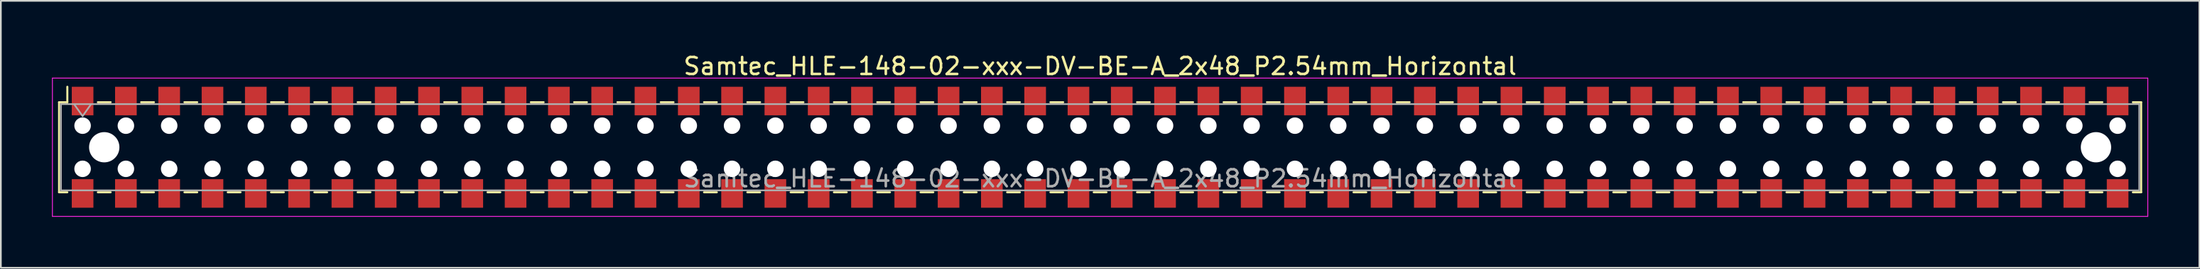
<source format=kicad_pcb>
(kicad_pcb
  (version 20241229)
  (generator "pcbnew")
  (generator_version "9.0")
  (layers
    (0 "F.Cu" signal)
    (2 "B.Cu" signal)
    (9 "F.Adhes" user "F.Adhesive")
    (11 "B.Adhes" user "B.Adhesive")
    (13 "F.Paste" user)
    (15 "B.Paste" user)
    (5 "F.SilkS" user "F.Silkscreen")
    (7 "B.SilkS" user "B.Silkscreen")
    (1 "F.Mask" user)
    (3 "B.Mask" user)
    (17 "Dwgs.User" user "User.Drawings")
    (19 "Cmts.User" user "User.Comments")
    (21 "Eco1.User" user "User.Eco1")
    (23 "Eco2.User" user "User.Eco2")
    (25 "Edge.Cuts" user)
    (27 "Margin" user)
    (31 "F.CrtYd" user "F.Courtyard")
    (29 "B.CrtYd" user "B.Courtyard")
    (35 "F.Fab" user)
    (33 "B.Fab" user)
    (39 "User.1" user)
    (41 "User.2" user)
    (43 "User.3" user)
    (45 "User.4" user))
  (footprint "Samtec_HLE-148-02-xxx-DV-BE-A_2x48_P2.54mm_Horizontal"
    (layer "F.Cu")
    (at 61.485 5.618)
    (property "Reference" "Samtec_HLE-148-02-xxx-DV-BE-A_2x48_P2.54mm_Horizontal" (at 0 -4.77 0) (layer "F.SilkS") (effects (font (size 1 1) (thickness 0.15))))
    (attr smd)
    (fp_line (start -61.07 -2.65) (end -61.07 2.65) (stroke (width 0.12) (type solid)) (layer "F.SilkS"))
    (fp_line (start -61.07 2.65) (end -60.585 2.65) (stroke (width 0.12) (type solid)) (layer "F.SilkS"))
    (fp_line (start -60.585 -3.56) (end -60.585 -2.65) (stroke (width 0.12) (type solid)) (layer "F.SilkS"))
    (fp_line (start -60.585 -2.65) (end -61.07 -2.65) (stroke (width 0.12) (type solid)) (layer "F.SilkS"))
    (fp_line (start -58.795 -2.65) (end -58.045 -2.65) (stroke (width 0.12) (type solid)) (layer "F.SilkS"))
    (fp_line (start -58.795 2.65) (end -58.045 2.65) (stroke (width 0.12) (type solid)) (layer "F.SilkS"))
    (fp_line (start -56.255 -2.65) (end -55.505 -2.65) (stroke (width 0.12) (type solid)) (layer "F.SilkS"))
    (fp_line (start -56.255 2.65) (end -55.505 2.65) (stroke (width 0.12) (type solid)) (layer "F.SilkS"))
    (fp_line (start -53.715 -2.65) (end -52.965 -2.65) (stroke (width 0.12) (type solid)) (layer "F.SilkS"))
    (fp_line (start -53.715 2.65) (end -52.965 2.65) (stroke (width 0.12) (type solid)) (layer "F.SilkS"))
    (fp_line (start -51.175 -2.65) (end -50.425 -2.65) (stroke (width 0.12) (type solid)) (layer "F.SilkS"))
    (fp_line (start -51.175 2.65) (end -50.425 2.65) (stroke (width 0.12) (type solid)) (layer "F.SilkS"))
    (fp_line (start -48.635 -2.65) (end -47.885 -2.65) (stroke (width 0.12) (type solid)) (layer "F.SilkS"))
    (fp_line (start -48.635 2.65) (end -47.885 2.65) (stroke (width 0.12) (type solid)) (layer "F.SilkS"))
    (fp_line (start -46.095 -2.65) (end -45.345 -2.65) (stroke (width 0.12) (type solid)) (layer "F.SilkS"))
    (fp_line (start -46.095 2.65) (end -45.345 2.65) (stroke (width 0.12) (type solid)) (layer "F.SilkS"))
    (fp_line (start -43.555 -2.65) (end -42.805 -2.65) (stroke (width 0.12) (type solid)) (layer "F.SilkS"))
    (fp_line (start -43.555 2.65) (end -42.805 2.65) (stroke (width 0.12) (type solid)) (layer "F.SilkS"))
    (fp_line (start -41.015 -2.65) (end -40.265 -2.65) (stroke (width 0.12) (type solid)) (layer "F.SilkS"))
    (fp_line (start -41.015 2.65) (end -40.265 2.65) (stroke (width 0.12) (type solid)) (layer "F.SilkS"))
    (fp_line (start -38.475 -2.65) (end -37.725 -2.65) (stroke (width 0.12) (type solid)) (layer "F.SilkS"))
    (fp_line (start -38.475 2.65) (end -37.725 2.65) (stroke (width 0.12) (type solid)) (layer "F.SilkS"))
    (fp_line (start -35.935 -2.65) (end -35.185 -2.65) (stroke (width 0.12) (type solid)) (layer "F.SilkS"))
    (fp_line (start -35.935 2.65) (end -35.185 2.65) (stroke (width 0.12) (type solid)) (layer "F.SilkS"))
    (fp_line (start -33.395 -2.65) (end -32.645 -2.65) (stroke (width 0.12) (type solid)) (layer "F.SilkS"))
    (fp_line (start -33.395 2.65) (end -32.645 2.65) (stroke (width 0.12) (type solid)) (layer "F.SilkS"))
    (fp_line (start -30.855 -2.65) (end -30.105 -2.65) (stroke (width 0.12) (type solid)) (layer "F.SilkS"))
    (fp_line (start -30.855 2.65) (end -30.105 2.65) (stroke (width 0.12) (type solid)) (layer "F.SilkS"))
    (fp_line (start -28.315 -2.65) (end -27.565 -2.65) (stroke (width 0.12) (type solid)) (layer "F.SilkS"))
    (fp_line (start -28.315 2.65) (end -27.565 2.65) (stroke (width 0.12) (type solid)) (layer "F.SilkS"))
    (fp_line (start -25.775 -2.65) (end -25.025 -2.65) (stroke (width 0.12) (type solid)) (layer "F.SilkS"))
    (fp_line (start -25.775 2.65) (end -25.025 2.65) (stroke (width 0.12) (type solid)) (layer "F.SilkS"))
    (fp_line (start -23.235 -2.65) (end -22.485 -2.65) (stroke (width 0.12) (type solid)) (layer "F.SilkS"))
    (fp_line (start -23.235 2.65) (end -22.485 2.65) (stroke (width 0.12) (type solid)) (layer "F.SilkS"))
    (fp_line (start -20.695 -2.65) (end -19.945 -2.65) (stroke (width 0.12) (type solid)) (layer "F.SilkS"))
    (fp_line (start -20.695 2.65) (end -19.945 2.65) (stroke (width 0.12) (type solid)) (layer "F.SilkS"))
    (fp_line (start -18.155 -2.65) (end -17.405 -2.65) (stroke (width 0.12) (type solid)) (layer "F.SilkS"))
    (fp_line (start -18.155 2.65) (end -17.405 2.65) (stroke (width 0.12) (type solid)) (layer "F.SilkS"))
    (fp_line (start -15.615 -2.65) (end -14.865 -2.65) (stroke (width 0.12) (type solid)) (layer "F.SilkS"))
    (fp_line (start -15.615 2.65) (end -14.865 2.65) (stroke (width 0.12) (type solid)) (layer "F.SilkS"))
    (fp_line (start -13.075 -2.65) (end -12.325 -2.65) (stroke (width 0.12) (type solid)) (layer "F.SilkS"))
    (fp_line (start -13.075 2.65) (end -12.325 2.65) (stroke (width 0.12) (type solid)) (layer "F.SilkS"))
    (fp_line (start -10.535 -2.65) (end -9.785 -2.65) (stroke (width 0.12) (type solid)) (layer "F.SilkS"))
    (fp_line (start -10.535 2.65) (end -9.785 2.65) (stroke (width 0.12) (type solid)) (layer "F.SilkS"))
    (fp_line (start -7.995 -2.65) (end -7.245 -2.65) (stroke (width 0.12) (type solid)) (layer "F.SilkS"))
    (fp_line (start -7.995 2.65) (end -7.245 2.65) (stroke (width 0.12) (type solid)) (layer "F.SilkS"))
    (fp_line (start -5.455 -2.65) (end -4.705 -2.65) (stroke (width 0.12) (type solid)) (layer "F.SilkS"))
    (fp_line (start -5.455 2.65) (end -4.705 2.65) (stroke (width 0.12) (type solid)) (layer "F.SilkS"))
    (fp_line (start -2.915 -2.65) (end -2.165 -2.65) (stroke (width 0.12) (type solid)) (layer "F.SilkS"))
    (fp_line (start -2.915 2.65) (end -2.165 2.65) (stroke (width 0.12) (type solid)) (layer "F.SilkS"))
    (fp_line (start -0.375 -2.65) (end 0.375 -2.65) (stroke (width 0.12) (type solid)) (layer "F.SilkS"))
    (fp_line (start -0.375 2.65) (end 0.375 2.65) (stroke (width 0.12) (type solid)) (layer "F.SilkS"))
    (fp_line (start 2.165 -2.65) (end 2.915 -2.65) (stroke (width 0.12) (type solid)) (layer "F.SilkS"))
    (fp_line (start 2.165 2.65) (end 2.915 2.65) (stroke (width 0.12) (type solid)) (layer "F.SilkS"))
    (fp_line (start 4.705 -2.65) (end 5.455 -2.65) (stroke (width 0.12) (type solid)) (layer "F.SilkS"))
    (fp_line (start 4.705 2.65) (end 5.455 2.65) (stroke (width 0.12) (type solid)) (layer "F.SilkS"))
    (fp_line (start 7.245 -2.65) (end 7.995 -2.65) (stroke (width 0.12) (type solid)) (layer "F.SilkS"))
    (fp_line (start 7.245 2.65) (end 7.995 2.65) (stroke (width 0.12) (type solid)) (layer "F.SilkS"))
    (fp_line (start 9.785 -2.65) (end 10.535 -2.65) (stroke (width 0.12) (type solid)) (layer "F.SilkS"))
    (fp_line (start 9.785 2.65) (end 10.535 2.65) (stroke (width 0.12) (type solid)) (layer "F.SilkS"))
    (fp_line (start 12.325 -2.65) (end 13.075 -2.65) (stroke (width 0.12) (type solid)) (layer "F.SilkS"))
    (fp_line (start 12.325 2.65) (end 13.075 2.65) (stroke (width 0.12) (type solid)) (layer "F.SilkS"))
    (fp_line (start 14.865 -2.65) (end 15.615 -2.65) (stroke (width 0.12) (type solid)) (layer "F.SilkS"))
    (fp_line (start 14.865 2.65) (end 15.615 2.65) (stroke (width 0.12) (type solid)) (layer "F.SilkS"))
    (fp_line (start 17.405 -2.65) (end 18.155 -2.65) (stroke (width 0.12) (type solid)) (layer "F.SilkS"))
    (fp_line (start 17.405 2.65) (end 18.155 2.65) (stroke (width 0.12) (type solid)) (layer "F.SilkS"))
    (fp_line (start 19.945 -2.65) (end 20.695 -2.65) (stroke (width 0.12) (type solid)) (layer "F.SilkS"))
    (fp_line (start 19.945 2.65) (end 20.695 2.65) (stroke (width 0.12) (type solid)) (layer "F.SilkS"))
    (fp_line (start 22.485 -2.65) (end 23.235 -2.65) (stroke (width 0.12) (type solid)) (layer "F.SilkS"))
    (fp_line (start 22.485 2.65) (end 23.235 2.65) (stroke (width 0.12) (type solid)) (layer "F.SilkS"))
    (fp_line (start 25.025 -2.65) (end 25.775 -2.65) (stroke (width 0.12) (type solid)) (layer "F.SilkS"))
    (fp_line (start 25.025 2.65) (end 25.775 2.65) (stroke (width 0.12) (type solid)) (layer "F.SilkS"))
    (fp_line (start 27.565 -2.65) (end 28.315 -2.65) (stroke (width 0.12) (type solid)) (layer "F.SilkS"))
    (fp_line (start 27.565 2.65) (end 28.315 2.65) (stroke (width 0.12) (type solid)) (layer "F.SilkS"))
    (fp_line (start 30.105 -2.65) (end 30.855 -2.65) (stroke (width 0.12) (type solid)) (layer "F.SilkS"))
    (fp_line (start 30.105 2.65) (end 30.855 2.65) (stroke (width 0.12) (type solid)) (layer "F.SilkS"))
    (fp_line (start 32.645 -2.65) (end 33.395 -2.65) (stroke (width 0.12) (type solid)) (layer "F.SilkS"))
    (fp_line (start 32.645 2.65) (end 33.395 2.65) (stroke (width 0.12) (type solid)) (layer "F.SilkS"))
    (fp_line (start 35.185 -2.65) (end 35.935 -2.65) (stroke (width 0.12) (type solid)) (layer "F.SilkS"))
    (fp_line (start 35.185 2.65) (end 35.935 2.65) (stroke (width 0.12) (type solid)) (layer "F.SilkS"))
    (fp_line (start 37.725 -2.65) (end 38.475 -2.65) (stroke (width 0.12) (type solid)) (layer "F.SilkS"))
    (fp_line (start 37.725 2.65) (end 38.475 2.65) (stroke (width 0.12) (type solid)) (layer "F.SilkS"))
    (fp_line (start 40.265 -2.65) (end 41.015 -2.65) (stroke (width 0.12) (type solid)) (layer "F.SilkS"))
    (fp_line (start 40.265 2.65) (end 41.015 2.65) (stroke (width 0.12) (type solid)) (layer "F.SilkS"))
    (fp_line (start 42.805 -2.65) (end 43.555 -2.65) (stroke (width 0.12) (type solid)) (layer "F.SilkS"))
    (fp_line (start 42.805 2.65) (end 43.555 2.65) (stroke (width 0.12) (type solid)) (layer "F.SilkS"))
    (fp_line (start 45.345 -2.65) (end 46.095 -2.65) (stroke (width 0.12) (type solid)) (layer "F.SilkS"))
    (fp_line (start 45.345 2.65) (end 46.095 2.65) (stroke (width 0.12) (type solid)) (layer "F.SilkS"))
    (fp_line (start 47.885 -2.65) (end 48.635 -2.65) (stroke (width 0.12) (type solid)) (layer "F.SilkS"))
    (fp_line (start 47.885 2.65) (end 48.635 2.65) (stroke (width 0.12) (type solid)) (layer "F.SilkS"))
    (fp_line (start 50.425 -2.65) (end 51.175 -2.65) (stroke (width 0.12) (type solid)) (layer "F.SilkS"))
    (fp_line (start 50.425 2.65) (end 51.175 2.65) (stroke (width 0.12) (type solid)) (layer "F.SilkS"))
    (fp_line (start 52.965 -2.65) (end 53.715 -2.65) (stroke (width 0.12) (type solid)) (layer "F.SilkS"))
    (fp_line (start 52.965 2.65) (end 53.715 2.65) (stroke (width 0.12) (type solid)) (layer "F.SilkS"))
    (fp_line (start 55.505 -2.65) (end 56.255 -2.65) (stroke (width 0.12) (type solid)) (layer "F.SilkS"))
    (fp_line (start 55.505 2.65) (end 56.255 2.65) (stroke (width 0.12) (type solid)) (layer "F.SilkS"))
    (fp_line (start 58.045 -2.65) (end 58.795 -2.65) (stroke (width 0.12) (type solid)) (layer "F.SilkS"))
    (fp_line (start 58.045 2.65) (end 58.795 2.65) (stroke (width 0.12) (type solid)) (layer "F.SilkS"))
    (fp_line (start 60.585 -2.65) (end 61.07 -2.65) (stroke (width 0.12) (type solid)) (layer "F.SilkS"))
    (fp_line (start 61.07 -2.65) (end 61.07 2.65) (stroke (width 0.12) (type solid)) (layer "F.SilkS"))
    (fp_line (start 61.07 2.65) (end 60.585 2.65) (stroke (width 0.12) (type solid)) (layer "F.SilkS"))
    (fp_line (start -61.46 -4.07) (end 61.46 -4.07) (stroke (width 0.05) (type solid)) (layer "F.CrtYd"))
    (fp_line (start -61.46 4.07) (end -61.46 -4.07) (stroke (width 0.05) (type solid)) (layer "F.CrtYd"))
    (fp_line (start 61.46 -4.07) (end 61.46 4.07) (stroke (width 0.05) (type solid)) (layer "F.CrtYd"))
    (fp_line (start 61.46 4.07) (end -61.46 4.07) (stroke (width 0.05) (type solid)) (layer "F.CrtYd"))
    (fp_line (start -60.96 -2.54) (end 60.96 -2.54) (stroke (width 0.1) (type solid)) (layer "F.Fab"))
    (fp_line (start -60.96 2.54) (end -60.96 -2.54) (stroke (width 0.1) (type solid)) (layer "F.Fab"))
    (fp_line (start -60.19 -2.54) (end -59.69 -1.833) (stroke (width 0.1) (type solid)) (layer "F.Fab"))
    (fp_line (start -59.69 -1.833) (end -59.19 -2.54) (stroke (width 0.1) (type solid)) (layer "F.Fab"))
    (fp_line (start 60.96 -2.54) (end 60.96 2.54) (stroke (width 0.1) (type solid)) (layer "F.Fab"))
    (fp_line (start 60.96 2.54) (end -60.96 2.54) (stroke (width 0.1) (type solid)) (layer "F.Fab"))
    (fp_text user "${REFERENCE}" (at 0 1.84 0) (layer "F.Fab") (effects (font (size 1 1) (thickness 0.15))))
    (pad "" np_thru_hole circle (at -59.69 -1.27) (size 0.97 0.97) (drill 0.97) (layers "*.Cu" "*.Mask"))
    (pad "" np_thru_hole circle (at -59.69 1.27) (size 0.97 0.97) (drill 0.97) (layers "*.Cu" "*.Mask"))
    (pad "" np_thru_hole circle (at -58.42 0) (size 1.78 1.78) (drill 1.78) (layers "*.Cu" "*.Mask"))
    (pad "" np_thru_hole circle (at -57.15 -1.27) (size 0.97 0.97) (drill 0.97) (layers "*.Cu" "*.Mask"))
    (pad "" np_thru_hole circle (at -57.15 1.27) (size 0.97 0.97) (drill 0.97) (layers "*.Cu" "*.Mask"))
    (pad "" np_thru_hole circle (at -54.61 -1.27) (size 0.97 0.97) (drill 0.97) (layers "*.Cu" "*.Mask"))
    (pad "" np_thru_hole circle (at -54.61 1.27) (size 0.97 0.97) (drill 0.97) (layers "*.Cu" "*.Mask"))
    (pad "" np_thru_hole circle (at -52.07 -1.27) (size 0.97 0.97) (drill 0.97) (layers "*.Cu" "*.Mask"))
    (pad "" np_thru_hole circle (at -52.07 1.27) (size 0.97 0.97) (drill 0.97) (layers "*.Cu" "*.Mask"))
    (pad "" np_thru_hole circle (at -49.53 -1.27) (size 0.97 0.97) (drill 0.97) (layers "*.Cu" "*.Mask"))
    (pad "" np_thru_hole circle (at -49.53 1.27) (size 0.97 0.97) (drill 0.97) (layers "*.Cu" "*.Mask"))
    (pad "" np_thru_hole circle (at -46.99 -1.27) (size 0.97 0.97) (drill 0.97) (layers "*.Cu" "*.Mask"))
    (pad "" np_thru_hole circle (at -46.99 1.27) (size 0.97 0.97) (drill 0.97) (layers "*.Cu" "*.Mask"))
    (pad "" np_thru_hole circle (at -44.45 -1.27) (size 0.97 0.97) (drill 0.97) (layers "*.Cu" "*.Mask"))
    (pad "" np_thru_hole circle (at -44.45 1.27) (size 0.97 0.97) (drill 0.97) (layers "*.Cu" "*.Mask"))
    (pad "" np_thru_hole circle (at -41.91 -1.27) (size 0.97 0.97) (drill 0.97) (layers "*.Cu" "*.Mask"))
    (pad "" np_thru_hole circle (at -41.91 1.27) (size 0.97 0.97) (drill 0.97) (layers "*.Cu" "*.Mask"))
    (pad "" np_thru_hole circle (at -39.37 -1.27) (size 0.97 0.97) (drill 0.97) (layers "*.Cu" "*.Mask"))
    (pad "" np_thru_hole circle (at -39.37 1.27) (size 0.97 0.97) (drill 0.97) (layers "*.Cu" "*.Mask"))
    (pad "" np_thru_hole circle (at -36.83 -1.27) (size 0.97 0.97) (drill 0.97) (layers "*.Cu" "*.Mask"))
    (pad "" np_thru_hole circle (at -36.83 1.27) (size 0.97 0.97) (drill 0.97) (layers "*.Cu" "*.Mask"))
    (pad "" np_thru_hole circle (at -34.29 -1.27) (size 0.97 0.97) (drill 0.97) (layers "*.Cu" "*.Mask"))
    (pad "" np_thru_hole circle (at -34.29 1.27) (size 0.97 0.97) (drill 0.97) (layers "*.Cu" "*.Mask"))
    (pad "" np_thru_hole circle (at -31.75 -1.27) (size 0.97 0.97) (drill 0.97) (layers "*.Cu" "*.Mask"))
    (pad "" np_thru_hole circle (at -31.75 1.27) (size 0.97 0.97) (drill 0.97) (layers "*.Cu" "*.Mask"))
    (pad "" np_thru_hole circle (at -29.21 -1.27) (size 0.97 0.97) (drill 0.97) (layers "*.Cu" "*.Mask"))
    (pad "" np_thru_hole circle (at -29.21 1.27) (size 0.97 0.97) (drill 0.97) (layers "*.Cu" "*.Mask"))
    (pad "" np_thru_hole circle (at -26.67 -1.27) (size 0.97 0.97) (drill 0.97) (layers "*.Cu" "*.Mask"))
    (pad "" np_thru_hole circle (at -26.67 1.27) (size 0.97 0.97) (drill 0.97) (layers "*.Cu" "*.Mask"))
    (pad "" np_thru_hole circle (at -24.13 -1.27) (size 0.97 0.97) (drill 0.97) (layers "*.Cu" "*.Mask"))
    (pad "" np_thru_hole circle (at -24.13 1.27) (size 0.97 0.97) (drill 0.97) (layers "*.Cu" "*.Mask"))
    (pad "" np_thru_hole circle (at -21.59 -1.27) (size 0.97 0.97) (drill 0.97) (layers "*.Cu" "*.Mask"))
    (pad "" np_thru_hole circle (at -21.59 1.27) (size 0.97 0.97) (drill 0.97) (layers "*.Cu" "*.Mask"))
    (pad "" np_thru_hole circle (at -19.05 -1.27) (size 0.97 0.97) (drill 0.97) (layers "*.Cu" "*.Mask"))
    (pad "" np_thru_hole circle (at -19.05 1.27) (size 0.97 0.97) (drill 0.97) (layers "*.Cu" "*.Mask"))
    (pad "" np_thru_hole circle (at -16.51 -1.27) (size 0.97 0.97) (drill 0.97) (layers "*.Cu" "*.Mask"))
    (pad "" np_thru_hole circle (at -16.51 1.27) (size 0.97 0.97) (drill 0.97) (layers "*.Cu" "*.Mask"))
    (pad "" np_thru_hole circle (at -13.97 -1.27) (size 0.97 0.97) (drill 0.97) (layers "*.Cu" "*.Mask"))
    (pad "" np_thru_hole circle (at -13.97 1.27) (size 0.97 0.97) (drill 0.97) (layers "*.Cu" "*.Mask"))
    (pad "" np_thru_hole circle (at -11.43 -1.27) (size 0.97 0.97) (drill 0.97) (layers "*.Cu" "*.Mask"))
    (pad "" np_thru_hole circle (at -11.43 1.27) (size 0.97 0.97) (drill 0.97) (layers "*.Cu" "*.Mask"))
    (pad "" np_thru_hole circle (at -8.89 -1.27) (size 0.97 0.97) (drill 0.97) (layers "*.Cu" "*.Mask"))
    (pad "" np_thru_hole circle (at -8.89 1.27) (size 0.97 0.97) (drill 0.97) (layers "*.Cu" "*.Mask"))
    (pad "" np_thru_hole circle (at -6.35 -1.27) (size 0.97 0.97) (drill 0.97) (layers "*.Cu" "*.Mask"))
    (pad "" np_thru_hole circle (at -6.35 1.27) (size 0.97 0.97) (drill 0.97) (layers "*.Cu" "*.Mask"))
    (pad "" np_thru_hole circle (at -3.81 -1.27) (size 0.97 0.97) (drill 0.97) (layers "*.Cu" "*.Mask"))
    (pad "" np_thru_hole circle (at -3.81 1.27) (size 0.97 0.97) (drill 0.97) (layers "*.Cu" "*.Mask"))
    (pad "" np_thru_hole circle (at -1.27 -1.27) (size 0.97 0.97) (drill 0.97) (layers "*.Cu" "*.Mask"))
    (pad "" np_thru_hole circle (at -1.27 1.27) (size 0.97 0.97) (drill 0.97) (layers "*.Cu" "*.Mask"))
    (pad "" np_thru_hole circle (at 1.27 -1.27) (size 0.97 0.97) (drill 0.97) (layers "*.Cu" "*.Mask"))
    (pad "" np_thru_hole circle (at 1.27 1.27) (size 0.97 0.97) (drill 0.97) (layers "*.Cu" "*.Mask"))
    (pad "" np_thru_hole circle (at 3.81 -1.27) (size 0.97 0.97) (drill 0.97) (layers "*.Cu" "*.Mask"))
    (pad "" np_thru_hole circle (at 3.81 1.27) (size 0.97 0.97) (drill 0.97) (layers "*.Cu" "*.Mask"))
    (pad "" np_thru_hole circle (at 6.35 -1.27) (size 0.97 0.97) (drill 0.97) (layers "*.Cu" "*.Mask"))
    (pad "" np_thru_hole circle (at 6.35 1.27) (size 0.97 0.97) (drill 0.97) (layers "*.Cu" "*.Mask"))
    (pad "" np_thru_hole circle (at 8.89 -1.27) (size 0.97 0.97) (drill 0.97) (layers "*.Cu" "*.Mask"))
    (pad "" np_thru_hole circle (at 8.89 1.27) (size 0.97 0.97) (drill 0.97) (layers "*.Cu" "*.Mask"))
    (pad "" np_thru_hole circle (at 11.43 -1.27) (size 0.97 0.97) (drill 0.97) (layers "*.Cu" "*.Mask"))
    (pad "" np_thru_hole circle (at 11.43 1.27) (size 0.97 0.97) (drill 0.97) (layers "*.Cu" "*.Mask"))
    (pad "" np_thru_hole circle (at 13.97 -1.27) (size 0.97 0.97) (drill 0.97) (layers "*.Cu" "*.Mask"))
    (pad "" np_thru_hole circle (at 13.97 1.27) (size 0.97 0.97) (drill 0.97) (layers "*.Cu" "*.Mask"))
    (pad "" np_thru_hole circle (at 16.51 -1.27) (size 0.97 0.97) (drill 0.97) (layers "*.Cu" "*.Mask"))
    (pad "" np_thru_hole circle (at 16.51 1.27) (size 0.97 0.97) (drill 0.97) (layers "*.Cu" "*.Mask"))
    (pad "" np_thru_hole circle (at 19.05 -1.27) (size 0.97 0.97) (drill 0.97) (layers "*.Cu" "*.Mask"))
    (pad "" np_thru_hole circle (at 19.05 1.27) (size 0.97 0.97) (drill 0.97) (layers "*.Cu" "*.Mask"))
    (pad "" np_thru_hole circle (at 21.59 -1.27) (size 0.97 0.97) (drill 0.97) (layers "*.Cu" "*.Mask"))
    (pad "" np_thru_hole circle (at 21.59 1.27) (size 0.97 0.97) (drill 0.97) (layers "*.Cu" "*.Mask"))
    (pad "" np_thru_hole circle (at 24.13 -1.27) (size 0.97 0.97) (drill 0.97) (layers "*.Cu" "*.Mask"))
    (pad "" np_thru_hole circle (at 24.13 1.27) (size 0.97 0.97) (drill 0.97) (layers "*.Cu" "*.Mask"))
    (pad "" np_thru_hole circle (at 26.67 -1.27) (size 0.97 0.97) (drill 0.97) (layers "*.Cu" "*.Mask"))
    (pad "" np_thru_hole circle (at 26.67 1.27) (size 0.97 0.97) (drill 0.97) (layers "*.Cu" "*.Mask"))
    (pad "" np_thru_hole circle (at 29.21 -1.27) (size 0.97 0.97) (drill 0.97) (layers "*.Cu" "*.Mask"))
    (pad "" np_thru_hole circle (at 29.21 1.27) (size 0.97 0.97) (drill 0.97) (layers "*.Cu" "*.Mask"))
    (pad "" np_thru_hole circle (at 31.75 -1.27) (size 0.97 0.97) (drill 0.97) (layers "*.Cu" "*.Mask"))
    (pad "" np_thru_hole circle (at 31.75 1.27) (size 0.97 0.97) (drill 0.97) (layers "*.Cu" "*.Mask"))
    (pad "" np_thru_hole circle (at 34.29 -1.27) (size 0.97 0.97) (drill 0.97) (layers "*.Cu" "*.Mask"))
    (pad "" np_thru_hole circle (at 34.29 1.27) (size 0.97 0.97) (drill 0.97) (layers "*.Cu" "*.Mask"))
    (pad "" np_thru_hole circle (at 36.83 -1.27) (size 0.97 0.97) (drill 0.97) (layers "*.Cu" "*.Mask"))
    (pad "" np_thru_hole circle (at 36.83 1.27) (size 0.97 0.97) (drill 0.97) (layers "*.Cu" "*.Mask"))
    (pad "" np_thru_hole circle (at 39.37 -1.27) (size 0.97 0.97) (drill 0.97) (layers "*.Cu" "*.Mask"))
    (pad "" np_thru_hole circle (at 39.37 1.27) (size 0.97 0.97) (drill 0.97) (layers "*.Cu" "*.Mask"))
    (pad "" np_thru_hole circle (at 41.91 -1.27) (size 0.97 0.97) (drill 0.97) (layers "*.Cu" "*.Mask"))
    (pad "" np_thru_hole circle (at 41.91 1.27) (size 0.97 0.97) (drill 0.97) (layers "*.Cu" "*.Mask"))
    (pad "" np_thru_hole circle (at 44.45 -1.27) (size 0.97 0.97) (drill 0.97) (layers "*.Cu" "*.Mask"))
    (pad "" np_thru_hole circle (at 44.45 1.27) (size 0.97 0.97) (drill 0.97) (layers "*.Cu" "*.Mask"))
    (pad "" np_thru_hole circle (at 46.99 -1.27) (size 0.97 0.97) (drill 0.97) (layers "*.Cu" "*.Mask"))
    (pad "" np_thru_hole circle (at 46.99 1.27) (size 0.97 0.97) (drill 0.97) (layers "*.Cu" "*.Mask"))
    (pad "" np_thru_hole circle (at 49.53 -1.27) (size 0.97 0.97) (drill 0.97) (layers "*.Cu" "*.Mask"))
    (pad "" np_thru_hole circle (at 49.53 1.27) (size 0.97 0.97) (drill 0.97) (layers "*.Cu" "*.Mask"))
    (pad "" np_thru_hole circle (at 52.07 -1.27) (size 0.97 0.97) (drill 0.97) (layers "*.Cu" "*.Mask"))
    (pad "" np_thru_hole circle (at 52.07 1.27) (size 0.97 0.97) (drill 0.97) (layers "*.Cu" "*.Mask"))
    (pad "" np_thru_hole circle (at 54.61 -1.27) (size 0.97 0.97) (drill 0.97) (layers "*.Cu" "*.Mask"))
    (pad "" np_thru_hole circle (at 54.61 1.27) (size 0.97 0.97) (drill 0.97) (layers "*.Cu" "*.Mask"))
    (pad "" np_thru_hole circle (at 57.15 -1.27) (size 0.97 0.97) (drill 0.97) (layers "*.Cu" "*.Mask"))
    (pad "" np_thru_hole circle (at 57.15 1.27) (size 0.97 0.97) (drill 0.97) (layers "*.Cu" "*.Mask"))
    (pad "" np_thru_hole circle (at 58.42 0) (size 1.78 1.78) (drill 1.78) (layers "*.Cu" "*.Mask"))
    (pad "" np_thru_hole circle (at 59.69 -1.27) (size 0.97 0.97) (drill 0.97) (layers "*.Cu" "*.Mask"))
    (pad "" np_thru_hole circle (at 59.69 1.27) (size 0.97 0.97) (drill 0.97) (layers "*.Cu" "*.Mask"))
    (pad "1" smd rect (at -59.69 -2.72) (size 1.27 1.68) (layers "F.Cu" "F.Mask" "F.Paste"))
    (pad "2" smd rect (at -59.69 2.72) (size 1.27 1.68) (layers "F.Cu" "F.Mask" "F.Paste"))
    (pad "3" smd rect (at -57.15 -2.72) (size 1.27 1.68) (layers "F.Cu" "F.Mask" "F.Paste"))
    (pad "4" smd rect (at -57.15 2.72) (size 1.27 1.68) (layers "F.Cu" "F.Mask" "F.Paste"))
    (pad "5" smd rect (at -54.61 -2.72) (size 1.27 1.68) (layers "F.Cu" "F.Mask" "F.Paste"))
    (pad "6" smd rect (at -54.61 2.72) (size 1.27 1.68) (layers "F.Cu" "F.Mask" "F.Paste"))
    (pad "7" smd rect (at -52.07 -2.72) (size 1.27 1.68) (layers "F.Cu" "F.Mask" "F.Paste"))
    (pad "8" smd rect (at -52.07 2.72) (size 1.27 1.68) (layers "F.Cu" "F.Mask" "F.Paste"))
    (pad "9" smd rect (at -49.53 -2.72) (size 1.27 1.68) (layers "F.Cu" "F.Mask" "F.Paste"))
    (pad "10" smd rect (at -49.53 2.72) (size 1.27 1.68) (layers "F.Cu" "F.Mask" "F.Paste"))
    (pad "11" smd rect (at -46.99 -2.72) (size 1.27 1.68) (layers "F.Cu" "F.Mask" "F.Paste"))
    (pad "12" smd rect (at -46.99 2.72) (size 1.27 1.68) (layers "F.Cu" "F.Mask" "F.Paste"))
    (pad "13" smd rect (at -44.45 -2.72) (size 1.27 1.68) (layers "F.Cu" "F.Mask" "F.Paste"))
    (pad "14" smd rect (at -44.45 2.72) (size 1.27 1.68) (layers "F.Cu" "F.Mask" "F.Paste"))
    (pad "15" smd rect (at -41.91 -2.72) (size 1.27 1.68) (layers "F.Cu" "F.Mask" "F.Paste"))
    (pad "16" smd rect (at -41.91 2.72) (size 1.27 1.68) (layers "F.Cu" "F.Mask" "F.Paste"))
    (pad "17" smd rect (at -39.37 -2.72) (size 1.27 1.68) (layers "F.Cu" "F.Mask" "F.Paste"))
    (pad "18" smd rect (at -39.37 2.72) (size 1.27 1.68) (layers "F.Cu" "F.Mask" "F.Paste"))
    (pad "19" smd rect (at -36.83 -2.72) (size 1.27 1.68) (layers "F.Cu" "F.Mask" "F.Paste"))
    (pad "20" smd rect (at -36.83 2.72) (size 1.27 1.68) (layers "F.Cu" "F.Mask" "F.Paste"))
    (pad "21" smd rect (at -34.29 -2.72) (size 1.27 1.68) (layers "F.Cu" "F.Mask" "F.Paste"))
    (pad "22" smd rect (at -34.29 2.72) (size 1.27 1.68) (layers "F.Cu" "F.Mask" "F.Paste"))
    (pad "23" smd rect (at -31.75 -2.72) (size 1.27 1.68) (layers "F.Cu" "F.Mask" "F.Paste"))
    (pad "24" smd rect (at -31.75 2.72) (size 1.27 1.68) (layers "F.Cu" "F.Mask" "F.Paste"))
    (pad "25" smd rect (at -29.21 -2.72) (size 1.27 1.68) (layers "F.Cu" "F.Mask" "F.Paste"))
    (pad "26" smd rect (at -29.21 2.72) (size 1.27 1.68) (layers "F.Cu" "F.Mask" "F.Paste"))
    (pad "27" smd rect (at -26.67 -2.72) (size 1.27 1.68) (layers "F.Cu" "F.Mask" "F.Paste"))
    (pad "28" smd rect (at -26.67 2.72) (size 1.27 1.68) (layers "F.Cu" "F.Mask" "F.Paste"))
    (pad "29" smd rect (at -24.13 -2.72) (size 1.27 1.68) (layers "F.Cu" "F.Mask" "F.Paste"))
    (pad "30" smd rect (at -24.13 2.72) (size 1.27 1.68) (layers "F.Cu" "F.Mask" "F.Paste"))
    (pad "31" smd rect (at -21.59 -2.72) (size 1.27 1.68) (layers "F.Cu" "F.Mask" "F.Paste"))
    (pad "32" smd rect (at -21.59 2.72) (size 1.27 1.68) (layers "F.Cu" "F.Mask" "F.Paste"))
    (pad "33" smd rect (at -19.05 -2.72) (size 1.27 1.68) (layers "F.Cu" "F.Mask" "F.Paste"))
    (pad "34" smd rect (at -19.05 2.72) (size 1.27 1.68) (layers "F.Cu" "F.Mask" "F.Paste"))
    (pad "35" smd rect (at -16.51 -2.72) (size 1.27 1.68) (layers "F.Cu" "F.Mask" "F.Paste"))
    (pad "36" smd rect (at -16.51 2.72) (size 1.27 1.68) (layers "F.Cu" "F.Mask" "F.Paste"))
    (pad "37" smd rect (at -13.97 -2.72) (size 1.27 1.68) (layers "F.Cu" "F.Mask" "F.Paste"))
    (pad "38" smd rect (at -13.97 2.72) (size 1.27 1.68) (layers "F.Cu" "F.Mask" "F.Paste"))
    (pad "39" smd rect (at -11.43 -2.72) (size 1.27 1.68) (layers "F.Cu" "F.Mask" "F.Paste"))
    (pad "40" smd rect (at -11.43 2.72) (size 1.27 1.68) (layers "F.Cu" "F.Mask" "F.Paste"))
    (pad "41" smd rect (at -8.89 -2.72) (size 1.27 1.68) (layers "F.Cu" "F.Mask" "F.Paste"))
    (pad "42" smd rect (at -8.89 2.72) (size 1.27 1.68) (layers "F.Cu" "F.Mask" "F.Paste"))
    (pad "43" smd rect (at -6.35 -2.72) (size 1.27 1.68) (layers "F.Cu" "F.Mask" "F.Paste"))
    (pad "44" smd rect (at -6.35 2.72) (size 1.27 1.68) (layers "F.Cu" "F.Mask" "F.Paste"))
    (pad "45" smd rect (at -3.81 -2.72) (size 1.27 1.68) (layers "F.Cu" "F.Mask" "F.Paste"))
    (pad "46" smd rect (at -3.81 2.72) (size 1.27 1.68) (layers "F.Cu" "F.Mask" "F.Paste"))
    (pad "47" smd rect (at -1.27 -2.72) (size 1.27 1.68) (layers "F.Cu" "F.Mask" "F.Paste"))
    (pad "48" smd rect (at -1.27 2.72) (size 1.27 1.68) (layers "F.Cu" "F.Mask" "F.Paste"))
    (pad "49" smd rect (at 1.27 -2.72) (size 1.27 1.68) (layers "F.Cu" "F.Mask" "F.Paste"))
    (pad "50" smd rect (at 1.27 2.72) (size 1.27 1.68) (layers "F.Cu" "F.Mask" "F.Paste"))
    (pad "51" smd rect (at 3.81 -2.72) (size 1.27 1.68) (layers "F.Cu" "F.Mask" "F.Paste"))
    (pad "52" smd rect (at 3.81 2.72) (size 1.27 1.68) (layers "F.Cu" "F.Mask" "F.Paste"))
    (pad "53" smd rect (at 6.35 -2.72) (size 1.27 1.68) (layers "F.Cu" "F.Mask" "F.Paste"))
    (pad "54" smd rect (at 6.35 2.72) (size 1.27 1.68) (layers "F.Cu" "F.Mask" "F.Paste"))
    (pad "55" smd rect (at 8.89 -2.72) (size 1.27 1.68) (layers "F.Cu" "F.Mask" "F.Paste"))
    (pad "56" smd rect (at 8.89 2.72) (size 1.27 1.68) (layers "F.Cu" "F.Mask" "F.Paste"))
    (pad "57" smd rect (at 11.43 -2.72) (size 1.27 1.68) (layers "F.Cu" "F.Mask" "F.Paste"))
    (pad "58" smd rect (at 11.43 2.72) (size 1.27 1.68) (layers "F.Cu" "F.Mask" "F.Paste"))
    (pad "59" smd rect (at 13.97 -2.72) (size 1.27 1.68) (layers "F.Cu" "F.Mask" "F.Paste"))
    (pad "60" smd rect (at 13.97 2.72) (size 1.27 1.68) (layers "F.Cu" "F.Mask" "F.Paste"))
    (pad "61" smd rect (at 16.51 -2.72) (size 1.27 1.68) (layers "F.Cu" "F.Mask" "F.Paste"))
    (pad "62" smd rect (at 16.51 2.72) (size 1.27 1.68) (layers "F.Cu" "F.Mask" "F.Paste"))
    (pad "63" smd rect (at 19.05 -2.72) (size 1.27 1.68) (layers "F.Cu" "F.Mask" "F.Paste"))
    (pad "64" smd rect (at 19.05 2.72) (size 1.27 1.68) (layers "F.Cu" "F.Mask" "F.Paste"))
    (pad "65" smd rect (at 21.59 -2.72) (size 1.27 1.68) (layers "F.Cu" "F.Mask" "F.Paste"))
    (pad "66" smd rect (at 21.59 2.72) (size 1.27 1.68) (layers "F.Cu" "F.Mask" "F.Paste"))
    (pad "67" smd rect (at 24.13 -2.72) (size 1.27 1.68) (layers "F.Cu" "F.Mask" "F.Paste"))
    (pad "68" smd rect (at 24.13 2.72) (size 1.27 1.68) (layers "F.Cu" "F.Mask" "F.Paste"))
    (pad "69" smd rect (at 26.67 -2.72) (size 1.27 1.68) (layers "F.Cu" "F.Mask" "F.Paste"))
    (pad "70" smd rect (at 26.67 2.72) (size 1.27 1.68) (layers "F.Cu" "F.Mask" "F.Paste"))
    (pad "71" smd rect (at 29.21 -2.72) (size 1.27 1.68) (layers "F.Cu" "F.Mask" "F.Paste"))
    (pad "72" smd rect (at 29.21 2.72) (size 1.27 1.68) (layers "F.Cu" "F.Mask" "F.Paste"))
    (pad "73" smd rect (at 31.75 -2.72) (size 1.27 1.68) (layers "F.Cu" "F.Mask" "F.Paste"))
    (pad "74" smd rect (at 31.75 2.72) (size 1.27 1.68) (layers "F.Cu" "F.Mask" "F.Paste"))
    (pad "75" smd rect (at 34.29 -2.72) (size 1.27 1.68) (layers "F.Cu" "F.Mask" "F.Paste"))
    (pad "76" smd rect (at 34.29 2.72) (size 1.27 1.68) (layers "F.Cu" "F.Mask" "F.Paste"))
    (pad "77" smd rect (at 36.83 -2.72) (size 1.27 1.68) (layers "F.Cu" "F.Mask" "F.Paste"))
    (pad "78" smd rect (at 36.83 2.72) (size 1.27 1.68) (layers "F.Cu" "F.Mask" "F.Paste"))
    (pad "79" smd rect (at 39.37 -2.72) (size 1.27 1.68) (layers "F.Cu" "F.Mask" "F.Paste"))
    (pad "80" smd rect (at 39.37 2.72) (size 1.27 1.68) (layers "F.Cu" "F.Mask" "F.Paste"))
    (pad "81" smd rect (at 41.91 -2.72) (size 1.27 1.68) (layers "F.Cu" "F.Mask" "F.Paste"))
    (pad "82" smd rect (at 41.91 2.72) (size 1.27 1.68) (layers "F.Cu" "F.Mask" "F.Paste"))
    (pad "83" smd rect (at 44.45 -2.72) (size 1.27 1.68) (layers "F.Cu" "F.Mask" "F.Paste"))
    (pad "84" smd rect (at 44.45 2.72) (size 1.27 1.68) (layers "F.Cu" "F.Mask" "F.Paste"))
    (pad "85" smd rect (at 46.99 -2.72) (size 1.27 1.68) (layers "F.Cu" "F.Mask" "F.Paste"))
    (pad "86" smd rect (at 46.99 2.72) (size 1.27 1.68) (layers "F.Cu" "F.Mask" "F.Paste"))
    (pad "87" smd rect (at 49.53 -2.72) (size 1.27 1.68) (layers "F.Cu" "F.Mask" "F.Paste"))
    (pad "88" smd rect (at 49.53 2.72) (size 1.27 1.68) (layers "F.Cu" "F.Mask" "F.Paste"))
    (pad "89" smd rect (at 52.07 -2.72) (size 1.27 1.68) (layers "F.Cu" "F.Mask" "F.Paste"))
    (pad "90" smd rect (at 52.07 2.72) (size 1.27 1.68) (layers "F.Cu" "F.Mask" "F.Paste"))
    (pad "91" smd rect (at 54.61 -2.72) (size 1.27 1.68) (layers "F.Cu" "F.Mask" "F.Paste"))
    (pad "92" smd rect (at 54.61 2.72) (size 1.27 1.68) (layers "F.Cu" "F.Mask" "F.Paste"))
    (pad "93" smd rect (at 57.15 -2.72) (size 1.27 1.68) (layers "F.Cu" "F.Mask" "F.Paste"))
    (pad "94" smd rect (at 57.15 2.72) (size 1.27 1.68) (layers "F.Cu" "F.Mask" "F.Paste"))
    (pad "95" smd rect (at 59.69 -2.72) (size 1.27 1.68) (layers "F.Cu" "F.Mask" "F.Paste"))
    (pad "96" smd rect (at 59.69 2.72) (size 1.27 1.68) (layers "F.Cu" "F.Mask" "F.Paste")))
  (gr_rect
    (start -3 -3)
    (end 125.97 12.713)
    (stroke (width 0.1) (type default))
    (fill no)
    (layer "Edge.Cuts")))
</source>
